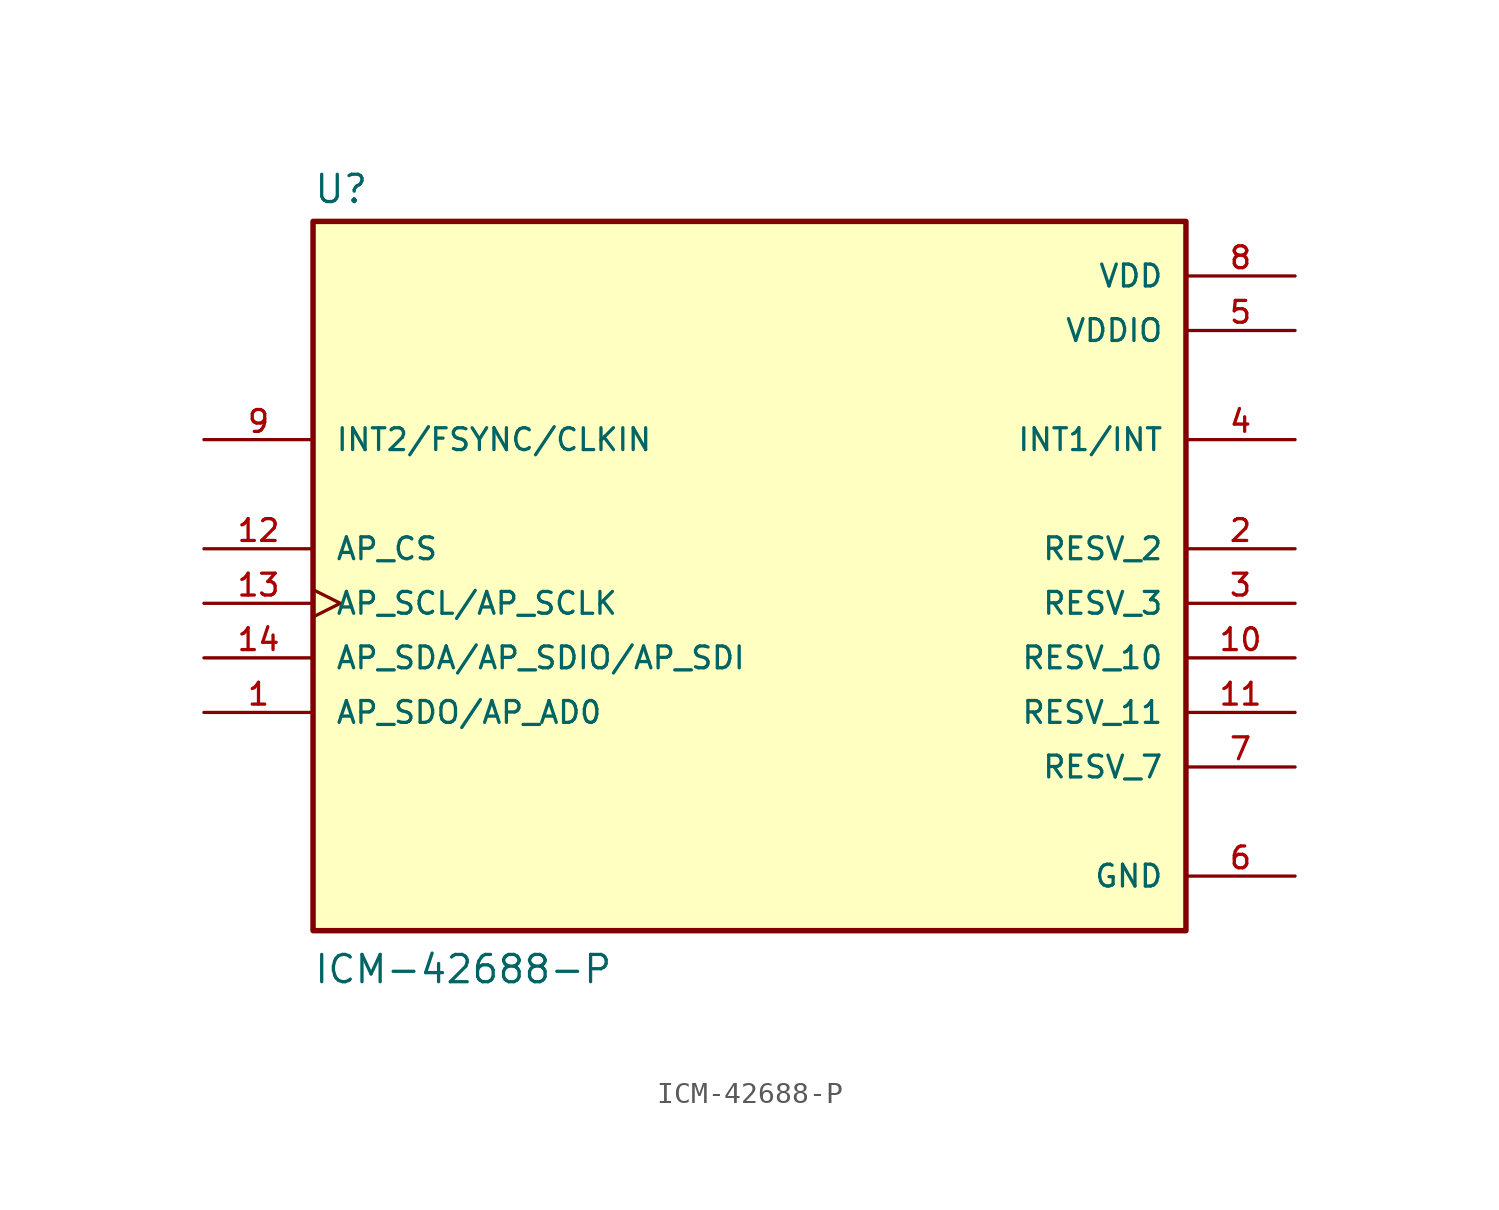
<source format=kicad_sym>
(kicad_symbol_lib
  (version 20211014)
  (generator kicad_symbol_editor)
  (symbol "ICM-42688-P"
    (pin_names
      (offset 1.016))
    (property "Reference" "U"
      (at -20.32 16.002 0)
      (effects (font (size 1.27 1.27)) (justify bottom left)))
    (property "Value" "ICM-42688-P"
      (at -20.32 -20.32 0)
      (effects (font (size 1.27 1.27)) (justify bottom left)))
    (symbol "ICM-42688-P_0_0"
      (rectangle (start -20.32 -17.78) (end 20.32 15.24) (stroke (width 0.254)) (fill (type background)))
      (pin bidirectional line (at -25.4 -7.62 0) (length 5.08) (name "AP_SDO/AP_AD0" (effects (font (size 1.016 1.016)))) (number "1" (effects (font (size 1.016 1.016)))))
      (pin output line (at 25.4 5.08 180.0) (length 5.08) (name "INT1/INT" (effects (font (size 1.016 1.016)))) (number "4" (effects (font (size 1.016 1.016)))))
      (pin power_in line (at 25.4 10.16 180.0) (length 5.08) (name "VDDIO" (effects (font (size 1.016 1.016)))) (number "5" (effects (font (size 1.016 1.016)))))
      (pin power_in line (at 25.4 -15.24 180.0) (length 5.08) (name "GND" (effects (font (size 1.016 1.016)))) (number "6" (effects (font (size 1.016 1.016)))))
      (pin power_in line (at 25.4 12.7 180.0) (length 5.08) (name "VDD" (effects (font (size 1.016 1.016)))) (number "8" (effects (font (size 1.016 1.016)))))
      (pin bidirectional line (at -25.4 5.08 0) (length 5.08) (name "INT2/FSYNC/CLKIN" (effects (font (size 1.016 1.016)))) (number "9" (effects (font (size 1.016 1.016)))))
      (pin input line (at -25.4 0.0 0) (length 5.08) (name "AP_CS" (effects (font (size 1.016 1.016)))) (number "12" (effects (font (size 1.016 1.016)))))
      (pin input clock (at -25.4 -2.54 0) (length 5.08) (name "AP_SCL/AP_SCLK" (effects (font (size 1.016 1.016)))) (number "13" (effects (font (size 1.016 1.016)))))
      (pin bidirectional line (at -25.4 -5.08 0) (length 5.08) (name "AP_SDA/AP_SDIO/AP_SDI" (effects (font (size 1.016 1.016)))) (number "14" (effects (font (size 1.016 1.016)))))
      (pin passive line (at 25.4 -10.16 180.0) (length 5.08) (name "RESV_7" (effects (font (size 1.016 1.016)))) (number "7" (effects (font (size 1.016 1.016)))))
      (pin passive line (at 25.4 0.0 180.0) (length 5.08) (name "RESV_2" (effects (font (size 1.016 1.016)))) (number "2" (effects (font (size 1.016 1.016)))))
      (pin passive line (at 25.4 -2.54 180.0) (length 5.08) (name "RESV_3" (effects (font (size 1.016 1.016)))) (number "3" (effects (font (size 1.016 1.016)))))
      (pin passive line (at 25.4 -5.08 180.0) (length 5.08) (name "RESV_10" (effects (font (size 1.016 1.016)))) (number "10" (effects (font (size 1.016 1.016)))))
      (pin passive line (at 25.4 -7.62 180.0) (length 5.08) (name "RESV_11" (effects (font (size 1.016 1.016)))) (number "11" (effects (font (size 1.016 1.016))))))))
</source>
